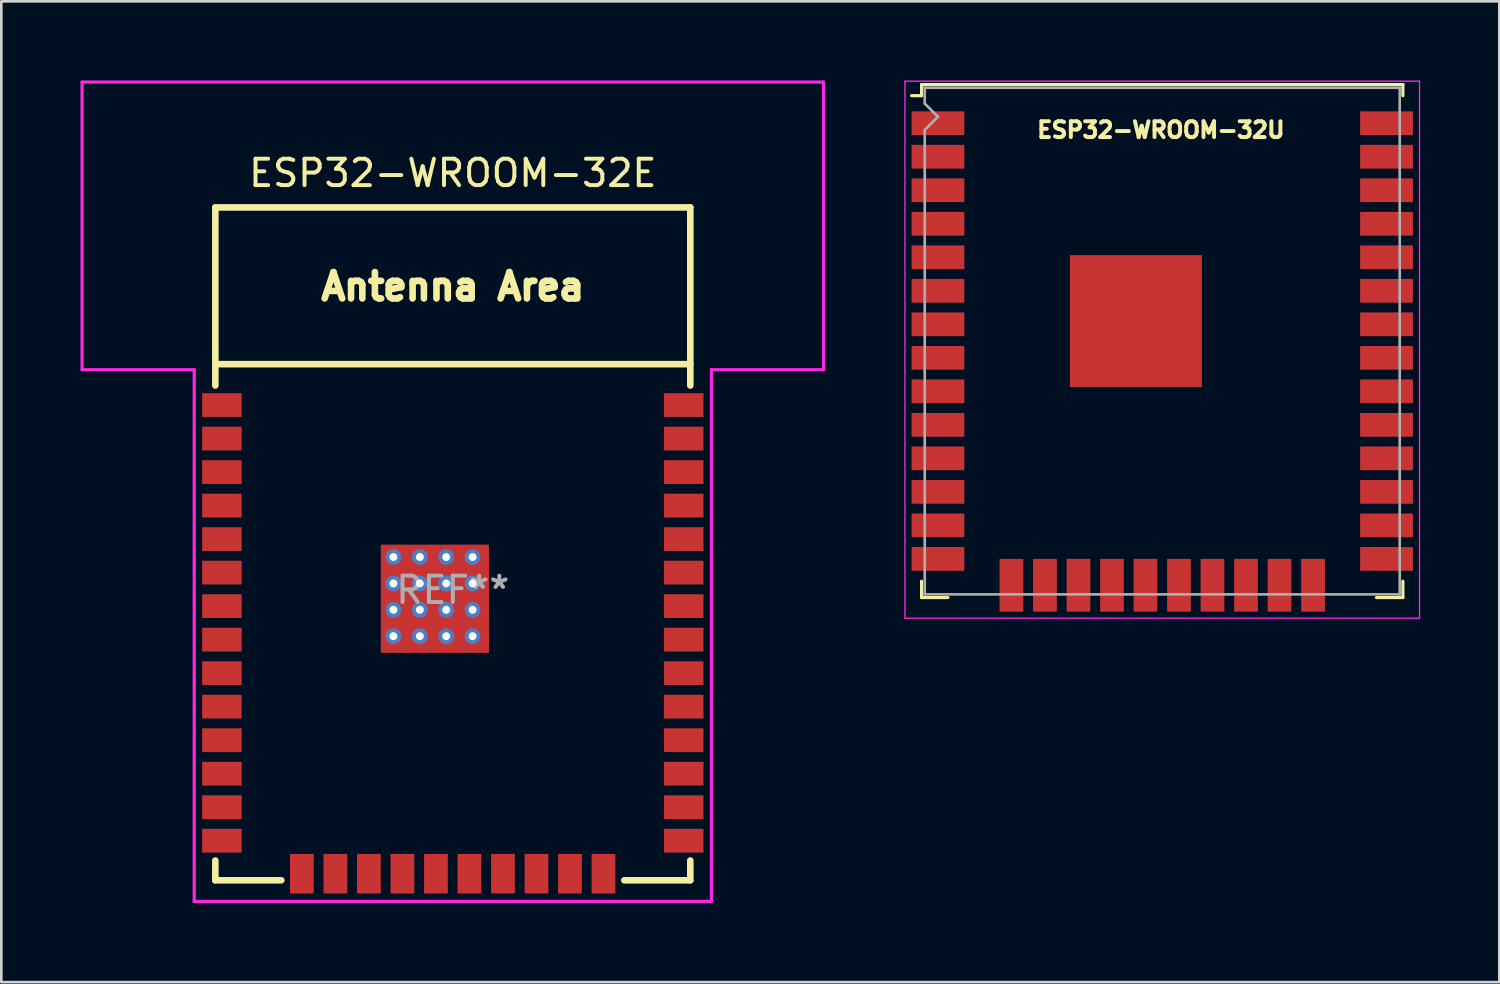
<source format=kicad_pcb>
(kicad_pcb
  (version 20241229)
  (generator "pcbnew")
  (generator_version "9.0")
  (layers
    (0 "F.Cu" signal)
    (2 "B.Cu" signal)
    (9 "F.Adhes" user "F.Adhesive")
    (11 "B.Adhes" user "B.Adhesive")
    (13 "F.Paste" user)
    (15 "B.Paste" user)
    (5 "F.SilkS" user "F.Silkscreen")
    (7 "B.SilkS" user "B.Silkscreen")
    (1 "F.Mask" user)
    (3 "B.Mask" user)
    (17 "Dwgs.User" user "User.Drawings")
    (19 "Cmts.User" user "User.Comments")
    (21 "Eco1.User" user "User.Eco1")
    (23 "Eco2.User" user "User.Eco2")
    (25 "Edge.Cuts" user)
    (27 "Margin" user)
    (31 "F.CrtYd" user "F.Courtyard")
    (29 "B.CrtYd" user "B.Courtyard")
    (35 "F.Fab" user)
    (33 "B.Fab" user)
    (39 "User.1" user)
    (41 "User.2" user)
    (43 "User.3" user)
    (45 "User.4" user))
  (footprint "ESP32-WROOM-32E"
    (layer "F.Cu")
    (at 14.11 19.31)
    (property "Reference" "ESP32-WROOM-32E" (at 0 -15.8 0) (layer "F.SilkS") (effects (font (size 1 1) (thickness 0.15))))
    (attr smd)
    (fp_line (start -9 -14.5) (end -9 -7.75) (stroke (width 0.25) (type solid)) (layer "F.SilkS"))
    (fp_line (start -9 -14.5) (end 9 -14.5) (stroke (width 0.25) (type solid)) (layer "F.SilkS"))
    (fp_line (start -9 10.25) (end -9 11) (stroke (width 0.25) (type solid)) (layer "F.SilkS"))
    (fp_line (start -9 11) (end -6.5 11) (stroke (width 0.25) (type solid)) (layer "F.SilkS"))
    (fp_line (start 9 -14.5) (end 9 -7.75) (stroke (width 0.25) (type solid)) (layer "F.SilkS"))
    (fp_line (start 9 -8.56) (end -9 -8.56) (stroke (width 0.25) (type solid)) (layer "F.SilkS"))
    (fp_line (start 9 10.25) (end 9 11) (stroke (width 0.25) (type solid)) (layer "F.SilkS"))
    (fp_line (start 9 11) (end 6.5 11) (stroke (width 0.25) (type solid)) (layer "F.SilkS"))
    (fp_line (start -14.05 -19.25) (end -14.05 -8.35) (stroke (width 0.12) (type default)) (layer "F.CrtYd"))
    (fp_line (start -14.05 -8.35) (end -9.8 -8.35) (stroke (width 0.12) (type default)) (layer "F.CrtYd"))
    (fp_line (start -9.8 -8.35) (end -9.8 11.8) (stroke (width 0.12) (type solid)) (layer "F.CrtYd"))
    (fp_line (start -9.8 11.8) (end 9.8 11.8) (stroke (width 0.12) (type solid)) (layer "F.CrtYd"))
    (fp_line (start 9.8 -8.35) (end 9.8 11.8) (stroke (width 0.12) (type solid)) (layer "F.CrtYd"))
    (fp_line (start 9.8 -8.35) (end 14.05 -8.35) (stroke (width 0.12) (type default)) (layer "F.CrtYd"))
    (fp_line (start 14.05 -19.25) (end -14.05 -19.25) (stroke (width 0.12) (type default)) (layer "F.CrtYd"))
    (fp_line (start 14.05 -8.35) (end 14.05 -19.25) (stroke (width 0.12) (type default)) (layer "F.CrtYd"))
    (fp_text user "Antenna Area" (at 0 -11.5 0) (layer "F.SilkS") (effects (font (size 1 1) (thickness 0.25) (bold yes))))
    (fp_text user "Antenna Area" (at 0 -11.5 0) (layer "Eco2.User") (effects (font (size 1 1) (thickness 0.15))))
    (fp_text user "REF**" (at 0 0 0) (layer "F.Fab") (effects (font (size 1 1) (thickness 0.15))))
    (pad "1" smd rect (at -8.75 -7.01) (size 1.5 0.9) (layers "F.Cu" "F.Mask" "F.Paste"))
    (pad "2" smd rect (at -8.75 -5.74) (size 1.5 0.9) (layers "F.Cu" "F.Mask" "F.Paste"))
    (pad "3" smd rect (at -8.75 -4.47) (size 1.5 0.9) (layers "F.Cu" "F.Mask" "F.Paste"))
    (pad "4" smd rect (at -8.75 -3.2) (size 1.5 0.9) (layers "F.Cu" "F.Mask" "F.Paste"))
    (pad "5" smd rect (at -8.75 -1.93) (size 1.5 0.9) (layers "F.Cu" "F.Mask" "F.Paste"))
    (pad "6" smd rect (at -8.75 -0.66) (size 1.5 0.9) (layers "F.Cu" "F.Mask" "F.Paste"))
    (pad "7" smd rect (at -8.75 0.61) (size 1.5 0.9) (layers "F.Cu" "F.Mask" "F.Paste"))
    (pad "8" smd rect (at -8.75 1.88) (size 1.5 0.9) (layers "F.Cu" "F.Mask" "F.Paste"))
    (pad "9" smd rect (at -8.75 3.15) (size 1.5 0.9) (layers "F.Cu" "F.Mask" "F.Paste"))
    (pad "10" smd rect (at -8.75 4.42) (size 1.5 0.9) (layers "F.Cu" "F.Mask" "F.Paste"))
    (pad "11" smd rect (at -8.75 5.69) (size 1.5 0.9) (layers "F.Cu" "F.Mask" "F.Paste"))
    (pad "12" smd rect (at -8.75 6.96) (size 1.5 0.9) (layers "F.Cu" "F.Mask" "F.Paste"))
    (pad "13" smd rect (at -8.75 8.23) (size 1.5 0.9) (layers "F.Cu" "F.Mask" "F.Paste"))
    (pad "14" smd rect (at -8.75 9.5) (size 1.5 0.9) (layers "F.Cu" "F.Mask" "F.Paste"))
    (pad "15" smd rect (at -5.72 10.75 90) (size 1.5 0.9) (layers "F.Cu" "F.Mask" "F.Paste"))
    (pad "16" smd rect (at -4.45 10.75 90) (size 1.5 0.9) (layers "F.Cu" "F.Mask" "F.Paste"))
    (pad "17" smd rect (at -3.18 10.75 90) (size 1.5 0.9) (layers "F.Cu" "F.Mask" "F.Paste"))
    (pad "18" smd rect (at -1.91 10.75 90) (size 1.5 0.9) (layers "F.Cu" "F.Mask" "F.Paste"))
    (pad "19" smd rect (at -0.64 10.75 90) (size 1.5 0.9) (layers "F.Cu" "F.Mask" "F.Paste"))
    (pad "20" smd rect (at 0.63 10.75 90) (size 1.5 0.9) (layers "F.Cu" "F.Mask" "F.Paste"))
    (pad "21" smd rect (at 1.9 10.75 90) (size 1.5 0.9) (layers "F.Cu" "F.Mask" "F.Paste"))
    (pad "22" smd rect (at 3.17 10.75 90) (size 1.5 0.9) (layers "F.Cu" "F.Mask" "F.Paste"))
    (pad "23" smd rect (at 4.44 10.75 90) (size 1.5 0.9) (layers "F.Cu" "F.Mask" "F.Paste"))
    (pad "24" smd rect (at 5.71 10.75 90) (size 1.5 0.9) (layers "F.Cu" "F.Mask" "F.Paste"))
    (pad "25" smd rect (at 8.75 9.5 180) (size 1.5 0.9) (layers "F.Cu" "F.Mask" "F.Paste"))
    (pad "26" smd rect (at 8.75 8.23 180) (size 1.5 0.9) (layers "F.Cu" "F.Mask" "F.Paste"))
    (pad "27" smd rect (at 8.75 6.96 180) (size 1.5 0.9) (layers "F.Cu" "F.Mask" "F.Paste"))
    (pad "28" smd rect (at 8.75 5.69 180) (size 1.5 0.9) (layers "F.Cu" "F.Mask" "F.Paste"))
    (pad "29" smd rect (at 8.75 4.42 180) (size 1.5 0.9) (layers "F.Cu" "F.Mask" "F.Paste"))
    (pad "30" smd rect (at 8.75 3.15 180) (size 1.5 0.9) (layers "F.Cu" "F.Mask" "F.Paste"))
    (pad "31" smd rect (at 8.75 1.88 180) (size 1.5 0.9) (layers "F.Cu" "F.Mask" "F.Paste"))
    (pad "32" smd rect (at 8.75 0.61 180) (size 1.5 0.9) (layers "F.Cu" "F.Mask" "F.Paste"))
    (pad "33" smd rect (at 8.75 -0.66 180) (size 1.5 0.9) (layers "F.Cu" "F.Mask" "F.Paste"))
    (pad "34" smd rect (at 8.75 -1.93 180) (size 1.5 0.9) (layers "F.Cu" "F.Mask" "F.Paste"))
    (pad "35" smd rect (at 8.75 -3.2 180) (size 1.5 0.9) (layers "F.Cu" "F.Mask" "F.Paste"))
    (pad "36" smd rect (at 8.75 -4.47 180) (size 1.5 0.9) (layers "F.Cu" "F.Mask" "F.Paste"))
    (pad "37" smd rect (at 8.75 -5.74 180) (size 1.5 0.9) (layers "F.Cu" "F.Mask" "F.Paste"))
    (pad "38" smd rect (at 8.75 -7.01 180) (size 1.5 0.9) (layers "F.Cu" "F.Mask" "F.Paste"))
    (pad "39" thru_hole circle (at -2.25 -1.25) (size 0.6 0.6) (drill 0.3) (layers "*.Cu" "F.Mask"))
    (pad "39" thru_hole circle (at -2.25 -0.25) (size 0.6 0.6) (drill 0.3) (layers "*.Cu" "F.Mask"))
    (pad "39" thru_hole circle (at -2.25 0.75) (size 0.6 0.6) (drill 0.3) (layers "*.Cu" "F.Mask"))
    (pad "39" thru_hole circle (at -2.25 1.75) (size 0.6 0.6) (drill 0.3) (layers "*.Cu" "F.Mask"))
    (pad "39" thru_hole circle (at -1.25 -1.25) (size 0.6 0.6) (drill 0.3) (layers "*.Cu" "F.Mask"))
    (pad "39" thru_hole circle (at -1.25 -0.25) (size 0.6 0.6) (drill 0.3) (layers "*.Cu" "F.Mask"))
    (pad "39" thru_hole circle (at -1.25 0.75) (size 0.6 0.6) (drill 0.3) (layers "*.Cu" "F.Mask"))
    (pad "39" thru_hole circle (at -1.25 1.75) (size 0.6 0.6) (drill 0.3) (layers "*.Cu" "F.Mask"))
    (pad "39" smd rect (at -0.68 0.33 180) (size 4.1 4.1) (layers "F.Cu" "F.Mask" "F.Paste"))
    (pad "39" thru_hole circle (at -0.25 -1.25) (size 0.6 0.6) (drill 0.3) (layers "*.Cu" "F.Mask"))
    (pad "39" thru_hole circle (at -0.25 -0.25) (size 0.6 0.6) (drill 0.3) (layers "*.Cu" "F.Mask"))
    (pad "39" thru_hole circle (at -0.25 0.75) (size 0.6 0.6) (drill 0.3) (layers "*.Cu" "F.Mask"))
    (pad "39" thru_hole circle (at -0.25 1.75) (size 0.6 0.6) (drill 0.3) (layers "*.Cu" "F.Mask"))
    (pad "39" thru_hole circle (at 0.75 -1.25) (size 0.6 0.6) (drill 0.3) (layers "*.Cu" "F.Mask"))
    (pad "39" thru_hole circle (at 0.75 -0.25) (size 0.6 0.6) (drill 0.3) (layers "*.Cu" "F.Mask"))
    (pad "39" thru_hole circle (at 0.75 0.75) (size 0.6 0.6) (drill 0.3) (layers "*.Cu" "F.Mask"))
    (pad "39" thru_hole circle (at 0.75 1.75) (size 0.6 0.6) (drill 0.3) (layers "*.Cu" "F.Mask"))
    (zone (net_name "") (layers "F.Cu" "B.Cu") (hatch full 0.508) (connect_pads) (min_thickness 0.254) (filled_areas_thickness no) (keepout (tracks not_allowed) (vias not_allowed) (pads not_allowed) (copperpour not_allowed) (footprints not_allowed)) (placement (enabled no)) (fill) (polygon (pts (xy 0.11 10.91) (xy 28.11 10.91) (xy 28.11 0.13) (xy 0.11 0.13)))))
  (footprint "ESP32-WROOM-32U"
    (layer "F.Cu")
    (at 40.995 9.875)
    (property "Reference" "ESP32-WROOM-32U" (at -0.05 -8 180) (layer "F.SilkS") (effects (font (size 0.6 0.6) (thickness 0.15))))
    (attr smd)
    (fp_line (start -9.12 -9.72) (end -9.12 -9.3) (stroke (width 0.12) (type solid)) (layer "F.SilkS"))
    (fp_line (start -9.12 -9.72) (end 9.12 -9.72) (stroke (width 0.12) (type solid)) (layer "F.SilkS"))
    (fp_line (start -9.12 -9.3) (end -9.5 -9.3) (stroke (width 0.12) (type solid)) (layer "F.SilkS"))
    (fp_line (start -9.12 9.1) (end -9.12 9.72) (stroke (width 0.12) (type solid)) (layer "F.SilkS"))
    (fp_line (start -9.12 9.72) (end -8.12 9.72) (stroke (width 0.12) (type solid)) (layer "F.SilkS"))
    (fp_line (start 9.12 -9.72) (end 9.12 -9.3) (stroke (width 0.12) (type solid)) (layer "F.SilkS"))
    (fp_line (start 9.12 9.1) (end 9.12 9.72) (stroke (width 0.12) (type solid)) (layer "F.SilkS"))
    (fp_line (start 9.12 9.72) (end 8.12 9.72) (stroke (width 0.12) (type solid)) (layer "F.SilkS"))
    (fp_line (start -9.75 10.5) (end -9.75 -9.85) (stroke (width 0.05) (type solid)) (layer "F.CrtYd"))
    (fp_line (start -9.75 10.5) (end 9.75 10.5) (stroke (width 0.05) (type solid)) (layer "F.CrtYd"))
    (fp_line (start 9.75 -9.85) (end -9.75 -9.85) (stroke (width 0.05) (type solid)) (layer "F.CrtYd"))
    (fp_line (start 9.75 -9.85) (end 9.75 10.5) (stroke (width 0.05) (type solid)) (layer "F.CrtYd"))
    (fp_line (start -9 -9.6) (end -9 -9) (stroke (width 0.1) (type solid)) (layer "F.Fab"))
    (fp_line (start -9 -9.6) (end 9 -9.6) (stroke (width 0.1) (type solid)) (layer "F.Fab"))
    (fp_line (start -9 -8) (end -9 9.6) (stroke (width 0.1) (type solid)) (layer "F.Fab"))
    (fp_line (start -9 -8) (end -8.5 -8.5) (stroke (width 0.1) (type solid)) (layer "F.Fab"))
    (fp_line (start -9 9.6) (end 9 9.6) (stroke (width 0.1) (type solid)) (layer "F.Fab"))
    (fp_line (start -8.5 -8.5) (end -9 -9) (stroke (width 0.1) (type solid)) (layer "F.Fab"))
    (fp_line (start 9 9.6) (end 9 -9.6) (stroke (width 0.1) (type solid)) (layer "F.Fab"))
    (pad "1" smd rect (at -8.5 -8.255) (size 2 0.9) (layers "F.Cu" "F.Mask" "F.Paste"))
    (pad "2" smd rect (at -8.5 -6.985) (size 2 0.9) (layers "F.Cu" "F.Mask" "F.Paste"))
    (pad "3" smd rect (at -8.5 -5.715) (size 2 0.9) (layers "F.Cu" "F.Mask" "F.Paste"))
    (pad "4" smd rect (at -8.5 -4.445) (size 2 0.9) (layers "F.Cu" "F.Mask" "F.Paste"))
    (pad "5" smd rect (at -8.5 -3.175) (size 2 0.9) (layers "F.Cu" "F.Mask" "F.Paste"))
    (pad "6" smd rect (at -8.5 -1.905) (size 2 0.9) (layers "F.Cu" "F.Mask" "F.Paste"))
    (pad "7" smd rect (at -8.5 -0.635) (size 2 0.9) (layers "F.Cu" "F.Mask" "F.Paste"))
    (pad "8" smd rect (at -8.5 0.635) (size 2 0.9) (layers "F.Cu" "F.Mask" "F.Paste"))
    (pad "9" smd rect (at -8.5 1.905) (size 2 0.9) (layers "F.Cu" "F.Mask" "F.Paste"))
    (pad "10" smd rect (at -8.5 3.175) (size 2 0.9) (layers "F.Cu" "F.Mask" "F.Paste"))
    (pad "11" smd rect (at -8.5 4.445) (size 2 0.9) (layers "F.Cu" "F.Mask" "F.Paste"))
    (pad "12" smd rect (at -8.5 5.715) (size 2 0.9) (layers "F.Cu" "F.Mask" "F.Paste"))
    (pad "13" smd rect (at -8.5 6.985) (size 2 0.9) (layers "F.Cu" "F.Mask" "F.Paste"))
    (pad "14" smd rect (at -8.5 8.255) (size 2 0.9) (layers "F.Cu" "F.Mask" "F.Paste"))
    (pad "15" smd rect (at -5.715 9.255 270) (size 2 0.9) (layers "F.Cu" "F.Mask" "F.Paste"))
    (pad "16" smd rect (at -4.445 9.255 90) (size 2 0.9) (layers "F.Cu" "F.Mask" "F.Paste"))
    (pad "17" smd rect (at -3.175 9.255 90) (size 2 0.9) (layers "F.Cu" "F.Mask" "F.Paste"))
    (pad "18" smd rect (at -1.905 9.255 90) (size 2 0.9) (layers "F.Cu" "F.Mask" "F.Paste"))
    (pad "19" smd rect (at -0.635 9.255 90) (size 2 0.9) (layers "F.Cu" "F.Mask" "F.Paste"))
    (pad "20" smd rect (at 0.635 9.255 90) (size 2 0.9) (layers "F.Cu" "F.Mask" "F.Paste"))
    (pad "21" smd rect (at 1.905 9.255 90) (size 2 0.9) (layers "F.Cu" "F.Mask" "F.Paste"))
    (pad "22" smd rect (at 3.175 9.255 90) (size 2 0.9) (layers "F.Cu" "F.Mask" "F.Paste"))
    (pad "23" smd rect (at 4.445 9.255 90) (size 2 0.9) (layers "F.Cu" "F.Mask" "F.Paste"))
    (pad "24" smd rect (at 5.715 9.255 90) (size 2 0.9) (layers "F.Cu" "F.Mask" "F.Paste"))
    (pad "25" smd rect (at 8.5 8.255) (size 2 0.9) (layers "F.Cu" "F.Mask" "F.Paste"))
    (pad "26" smd rect (at 8.5 6.985) (size 2 0.9) (layers "F.Cu" "F.Mask" "F.Paste"))
    (pad "27" smd rect (at 8.5 5.715) (size 2 0.9) (layers "F.Cu" "F.Mask" "F.Paste"))
    (pad "28" smd rect (at 8.5 4.445) (size 2 0.9) (layers "F.Cu" "F.Mask" "F.Paste"))
    (pad "29" smd rect (at 8.5 3.175) (size 2 0.9) (layers "F.Cu" "F.Mask" "F.Paste"))
    (pad "30" smd rect (at 8.5 1.905) (size 2 0.9) (layers "F.Cu" "F.Mask" "F.Paste"))
    (pad "31" smd rect (at 8.5 0.635) (size 2 0.9) (layers "F.Cu" "F.Mask" "F.Paste"))
    (pad "32" smd rect (at 8.5 -0.635) (size 2 0.9) (layers "F.Cu" "F.Mask" "F.Paste"))
    (pad "33" smd rect (at 8.5 -1.905) (size 2 0.9) (layers "F.Cu" "F.Mask" "F.Paste"))
    (pad "34" smd rect (at 8.5 -3.175) (size 2 0.9) (layers "F.Cu" "F.Mask" "F.Paste"))
    (pad "35" smd rect (at 8.5 -4.445) (size 2 0.9) (layers "F.Cu" "F.Mask" "F.Paste"))
    (pad "36" smd rect (at 8.5 -5.715) (size 2 0.9) (layers "F.Cu" "F.Mask" "F.Paste"))
    (pad "37" smd rect (at 8.5 -6.985) (size 2 0.9) (layers "F.Cu" "F.Mask" "F.Paste"))
    (pad "38" smd rect (at 8.5 -8.255) (size 2 0.9) (layers "F.Cu" "F.Mask" "F.Paste"))
    (pad "39" smd rect (at -1 -0.755) (size 5 5) (layers "F.Cu" "F.Mask" "F.Paste")))
  (gr_rect
    (start -3 -3)
    (end 53.77 34.17)
    (stroke (width 0.1) (type default))
    (fill no)
    (layer "Edge.Cuts")))
</source>
